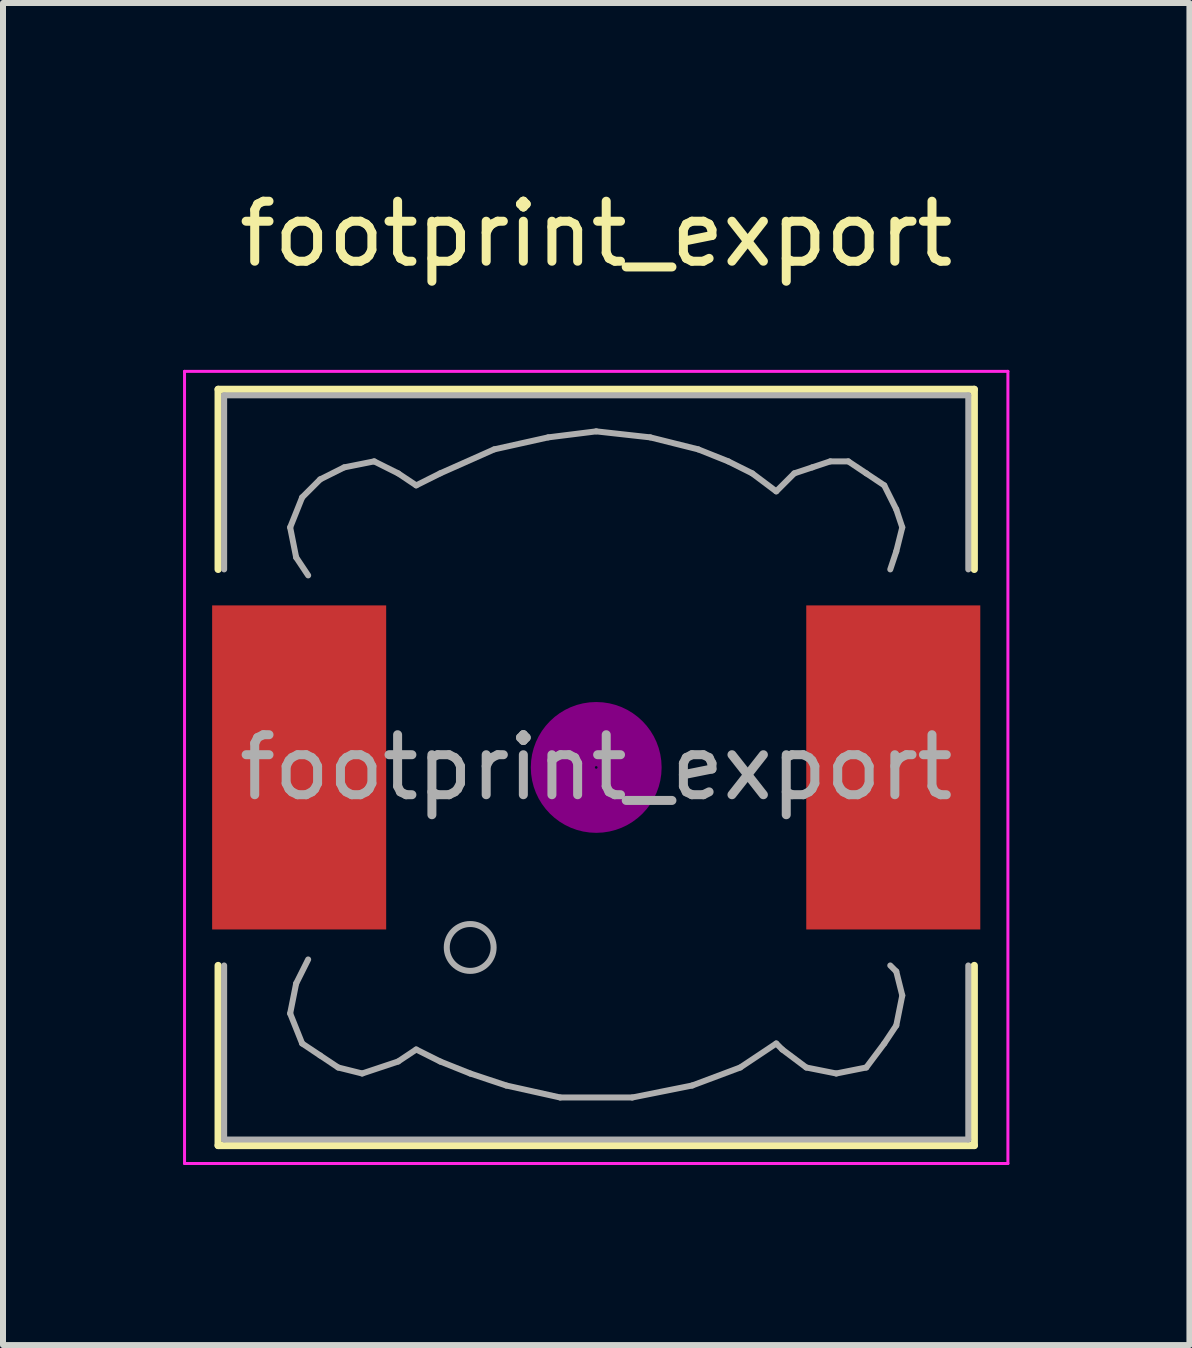
<source format=kicad_pcb>
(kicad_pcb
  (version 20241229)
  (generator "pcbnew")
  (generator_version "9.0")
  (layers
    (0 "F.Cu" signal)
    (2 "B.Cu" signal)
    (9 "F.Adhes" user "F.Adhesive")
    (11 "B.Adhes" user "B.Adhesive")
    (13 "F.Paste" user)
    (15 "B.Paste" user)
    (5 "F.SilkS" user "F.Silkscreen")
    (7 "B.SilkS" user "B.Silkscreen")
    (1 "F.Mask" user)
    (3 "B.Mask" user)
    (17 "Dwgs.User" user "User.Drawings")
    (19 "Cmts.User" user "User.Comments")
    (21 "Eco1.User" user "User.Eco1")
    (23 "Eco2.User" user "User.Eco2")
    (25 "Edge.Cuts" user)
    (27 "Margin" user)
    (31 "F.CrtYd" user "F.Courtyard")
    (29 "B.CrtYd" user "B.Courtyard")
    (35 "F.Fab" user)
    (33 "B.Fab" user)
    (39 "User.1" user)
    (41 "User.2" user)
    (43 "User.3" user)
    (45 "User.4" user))
  (footprint "footprint_export"
    (layer "F.Cu")
    (at 6.885 9.738)
    (property "Reference" "footprint_export" (at 0 -8.89 0) (layer "F.SilkS") (effects (font (size 1 1) (thickness 0.15))))
    (attr smd)
    (fp_line (start -6.3 -6.3) (end 6.3 -6.3) (stroke (width 0.12) (type solid)) (layer "F.SilkS"))
    (fp_line (start -6.3 -3.3) (end -6.3 -6.3) (stroke (width 0.12) (type solid)) (layer "F.SilkS"))
    (fp_line (start -6.3 6.3) (end -6.3 3.3) (stroke (width 0.12) (type solid)) (layer "F.SilkS"))
    (fp_line (start 6.3 -6.3) (end 6.3 -3.3) (stroke (width 0.12) (type solid)) (layer "F.SilkS"))
    (fp_line (start 6.3 3.3) (end 6.3 6.3) (stroke (width 0.12) (type solid)) (layer "F.SilkS"))
    (fp_line (start 6.3 6.3) (end -6.3 6.3) (stroke (width 0.12) (type solid)) (layer "F.SilkS"))
    (fp_circle (center 0 0) (end 0.15 0.15) (stroke (width 0.38) (type solid)) (fill no) (layer "F.Adhes"))
    (fp_circle (center 0 0) (end 0.55 0) (stroke (width 0.38) (type solid)) (fill no) (layer "F.Adhes"))
    (fp_circle (center 0 0) (end 0.9 0) (stroke (width 0.38) (type solid)) (fill no) (layer "F.Adhes"))
    (fp_line (start -6.86 -6.6) (end 6.86 -6.6) (stroke (width 0.05) (type solid)) (layer "F.CrtYd"))
    (fp_line (start -6.86 6.6) (end -6.86 -6.6) (stroke (width 0.05) (type solid)) (layer "F.CrtYd"))
    (fp_line (start 6.86 -6.6) (end 6.86 6.6) (stroke (width 0.05) (type solid)) (layer "F.CrtYd"))
    (fp_line (start 6.86 6.6) (end -6.86 6.6) (stroke (width 0.05) (type solid)) (layer "F.CrtYd"))
    (fp_line (start -6.2 -6.2) (end -6.2 -3.3) (stroke (width 0.1) (type solid)) (layer "F.Fab"))
    (fp_line (start -6.2 3.3) (end -6.2 6.2) (stroke (width 0.1) (type solid)) (layer "F.Fab"))
    (fp_line (start -6.2 6.2) (end 6.2 6.2) (stroke (width 0.1) (type solid)) (layer "F.Fab"))
    (fp_line (start -5.1 -4) (end -5 -3.5) (stroke (width 0.1) (type solid)) (layer "F.Fab"))
    (fp_line (start -5.1 4.1) (end -5 3.6) (stroke (width 0.1) (type solid)) (layer "F.Fab"))
    (fp_line (start -5 -3.5) (end -4.8 -3.2) (stroke (width 0.1) (type solid)) (layer "F.Fab"))
    (fp_line (start -5 3.6) (end -4.8 3.2) (stroke (width 0.1) (type solid)) (layer "F.Fab"))
    (fp_line (start -4.9 -4.5) (end -5.1 -4) (stroke (width 0.1) (type solid)) (layer "F.Fab"))
    (fp_line (start -4.9 4.6) (end -5.1 4.1) (stroke (width 0.1) (type solid)) (layer "F.Fab"))
    (fp_line (start -4.6 -4.8) (end -4.9 -4.5) (stroke (width 0.1) (type solid)) (layer "F.Fab"))
    (fp_line (start -4.6 4.8) (end -4.9 4.6) (stroke (width 0.1) (type solid)) (layer "F.Fab"))
    (fp_line (start -4.3 5) (end -4.6 4.8) (stroke (width 0.1) (type solid)) (layer "F.Fab"))
    (fp_line (start -4.2 -5) (end -4.6 -4.8) (stroke (width 0.1) (type solid)) (layer "F.Fab"))
    (fp_line (start -3.9 5.1) (end -4.3 5) (stroke (width 0.1) (type solid)) (layer "F.Fab"))
    (fp_line (start -3.7 -5.1) (end -4.2 -5) (stroke (width 0.1) (type solid)) (layer "F.Fab"))
    (fp_line (start -3.3 -4.9) (end -3.7 -5.1) (stroke (width 0.1) (type solid)) (layer "F.Fab"))
    (fp_line (start -3.3 4.9) (end -3.9 5.1) (stroke (width 0.1) (type solid)) (layer "F.Fab"))
    (fp_line (start -3 -4.7) (end -3.3 -4.9) (stroke (width 0.1) (type solid)) (layer "F.Fab"))
    (fp_line (start -3 4.7) (end -3.3 4.9) (stroke (width 0.1) (type solid)) (layer "F.Fab"))
    (fp_line (start -2.6 -4.9) (end -3 -4.7) (stroke (width 0.1) (type solid)) (layer "F.Fab"))
    (fp_line (start -2.6 4.9) (end -3 4.7) (stroke (width 0.1) (type solid)) (layer "F.Fab"))
    (fp_line (start -2.1 5.1) (end -2.6 4.9) (stroke (width 0.1) (type solid)) (layer "F.Fab"))
    (fp_line (start -1.7 -5.3) (end -2.6 -4.9) (stroke (width 0.1) (type solid)) (layer "F.Fab"))
    (fp_line (start -1.5 5.3) (end -2.1 5.1) (stroke (width 0.1) (type solid)) (layer "F.Fab"))
    (fp_line (start -0.8 -5.5) (end -1.7 -5.3) (stroke (width 0.1) (type solid)) (layer "F.Fab"))
    (fp_line (start -0.6 5.5) (end -1.5 5.3) (stroke (width 0.1) (type solid)) (layer "F.Fab"))
    (fp_line (start 0 -5.6) (end -0.8 -5.5) (stroke (width 0.1) (type solid)) (layer "F.Fab"))
    (fp_line (start 0.6 5.5) (end -0.6 5.5) (stroke (width 0.1) (type solid)) (layer "F.Fab"))
    (fp_line (start 0.9 -5.5) (end 0 -5.6) (stroke (width 0.1) (type solid)) (layer "F.Fab"))
    (fp_line (start 1.6 5.3) (end 0.6 5.5) (stroke (width 0.1) (type solid)) (layer "F.Fab"))
    (fp_line (start 1.7 -5.3) (end 0.9 -5.5) (stroke (width 0.1) (type solid)) (layer "F.Fab"))
    (fp_line (start 2.2 -5.1) (end 1.7 -5.3) (stroke (width 0.1) (type solid)) (layer "F.Fab"))
    (fp_line (start 2.4 5) (end 1.6 5.3) (stroke (width 0.1) (type solid)) (layer "F.Fab"))
    (fp_line (start 2.6 -4.9) (end 2.2 -5.1) (stroke (width 0.1) (type solid)) (layer "F.Fab"))
    (fp_line (start 3 -4.6) (end 2.6 -4.9) (stroke (width 0.1) (type solid)) (layer "F.Fab"))
    (fp_line (start 3 4.6) (end 2.4 5) (stroke (width 0.1) (type solid)) (layer "F.Fab"))
    (fp_line (start 3.1 4.7) (end 3 4.6) (stroke (width 0.1) (type solid)) (layer "F.Fab"))
    (fp_line (start 3.3 -4.9) (end 3 -4.6) (stroke (width 0.1) (type solid)) (layer "F.Fab"))
    (fp_line (start 3.5 5) (end 3.1 4.7) (stroke (width 0.1) (type solid)) (layer "F.Fab"))
    (fp_line (start 3.6 -5) (end 3.3 -4.9) (stroke (width 0.1) (type solid)) (layer "F.Fab"))
    (fp_line (start 3.9 -5.1) (end 3.6 -5) (stroke (width 0.1) (type solid)) (layer "F.Fab"))
    (fp_line (start 4 5.1) (end 3.5 5) (stroke (width 0.1) (type solid)) (layer "F.Fab"))
    (fp_line (start 4.2 -5.1) (end 3.9 -5.1) (stroke (width 0.1) (type solid)) (layer "F.Fab"))
    (fp_line (start 4.5 -4.9) (end 4.2 -5.1) (stroke (width 0.1) (type solid)) (layer "F.Fab"))
    (fp_line (start 4.5 5) (end 4 5.1) (stroke (width 0.1) (type solid)) (layer "F.Fab"))
    (fp_line (start 4.8 -4.7) (end 4.5 -4.9) (stroke (width 0.1) (type solid)) (layer "F.Fab"))
    (fp_line (start 4.8 4.6) (end 4.5 5) (stroke (width 0.1) (type solid)) (layer "F.Fab"))
    (fp_line (start 4.9 -3.3) (end 5 -3.6) (stroke (width 0.1) (type solid)) (layer "F.Fab"))
    (fp_line (start 4.9 3.3) (end 5 3.4) (stroke (width 0.1) (type solid)) (layer "F.Fab"))
    (fp_line (start 5 -4.3) (end 4.8 -4.7) (stroke (width 0.1) (type solid)) (layer "F.Fab"))
    (fp_line (start 5 -3.6) (end 5.1 -4) (stroke (width 0.1) (type solid)) (layer "F.Fab"))
    (fp_line (start 5 3.4) (end 5.1 3.8) (stroke (width 0.1) (type solid)) (layer "F.Fab"))
    (fp_line (start 5 4.3) (end 4.8 4.6) (stroke (width 0.1) (type solid)) (layer "F.Fab"))
    (fp_line (start 5.1 -4) (end 5 -4.3) (stroke (width 0.1) (type solid)) (layer "F.Fab"))
    (fp_line (start 5.1 3.8) (end 5 4.3) (stroke (width 0.1) (type solid)) (layer "F.Fab"))
    (fp_line (start 6.2 -6.2) (end -6.2 -6.2) (stroke (width 0.1) (type solid)) (layer "F.Fab"))
    (fp_line (start 6.2 -6.2) (end 6.2 -3.3) (stroke (width 0.1) (type solid)) (layer "F.Fab"))
    (fp_line (start 6.2 6.2) (end 6.2 3.3) (stroke (width 0.1) (type solid)) (layer "F.Fab"))
    (fp_circle (center -2.1 3) (end -1.8 3.25) (stroke (width 0.1) (type solid)) (fill no) (layer "F.Fab"))
    (fp_text user "${REFERENCE}" (at 0 0 0) (layer "F.Fab") (effects (font (size 1 1) (thickness 0.15))))
    (pad "1" smd rect (at -4.95 0) (size 2.9 5.4) (layers "F.Cu" "F.Mask" "F.Paste"))
    (pad "2" smd rect (at 4.95 0) (size 2.9 5.4) (layers "F.Cu" "F.Mask" "F.Paste")))
  (gr_rect
    (start -3 -3)
    (end 16.77 19.363)
    (stroke (width 0.1) (type default))
    (fill no)
    (layer "Edge.Cuts")))
</source>
